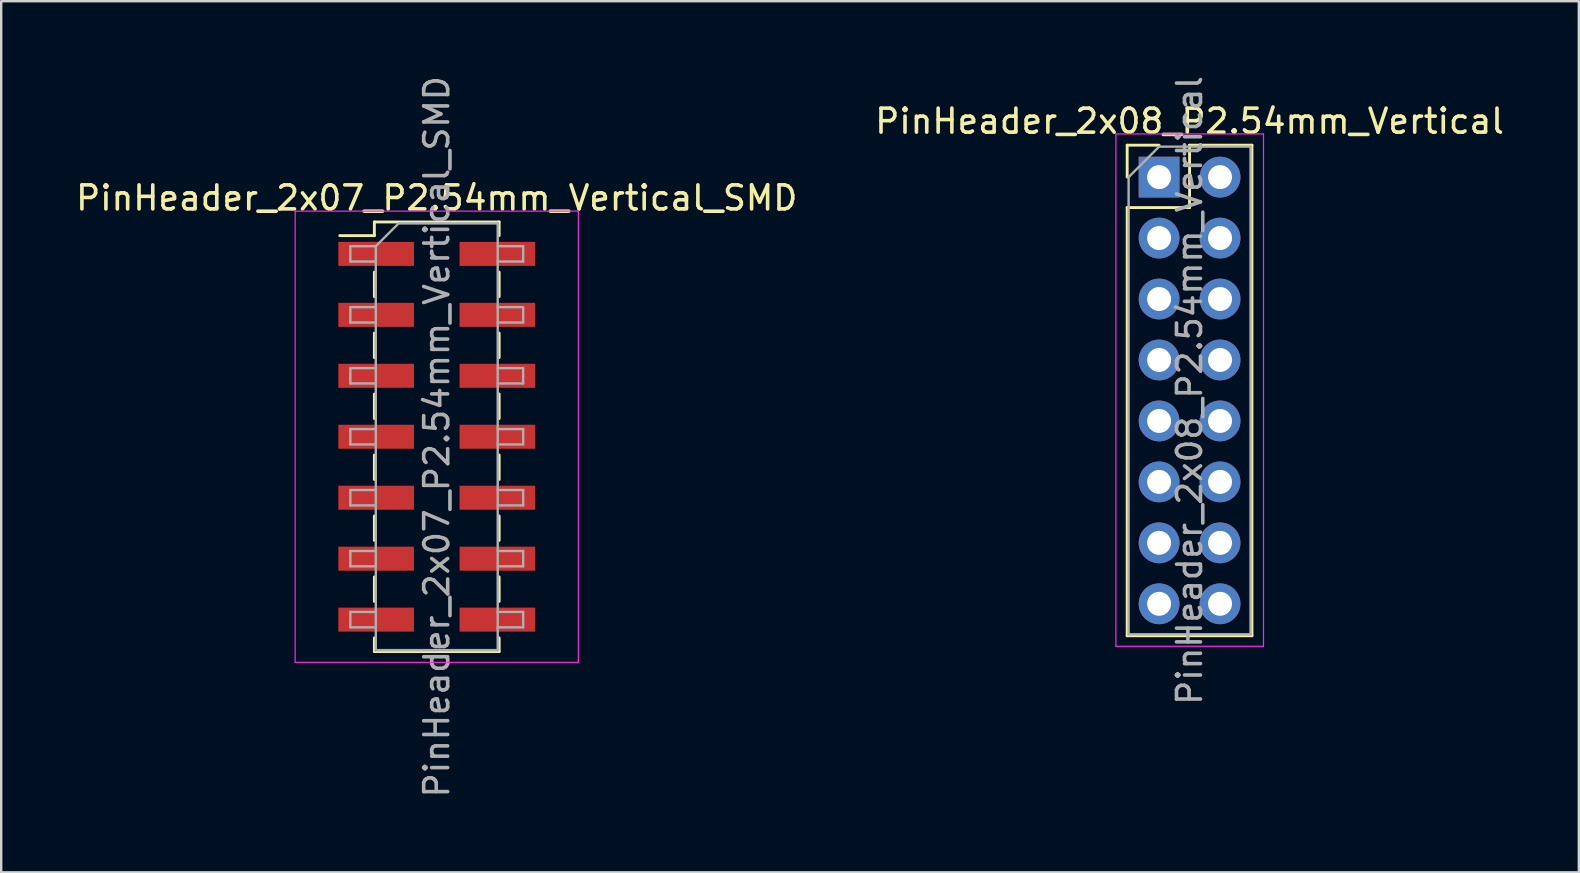
<source format=kicad_pcb>
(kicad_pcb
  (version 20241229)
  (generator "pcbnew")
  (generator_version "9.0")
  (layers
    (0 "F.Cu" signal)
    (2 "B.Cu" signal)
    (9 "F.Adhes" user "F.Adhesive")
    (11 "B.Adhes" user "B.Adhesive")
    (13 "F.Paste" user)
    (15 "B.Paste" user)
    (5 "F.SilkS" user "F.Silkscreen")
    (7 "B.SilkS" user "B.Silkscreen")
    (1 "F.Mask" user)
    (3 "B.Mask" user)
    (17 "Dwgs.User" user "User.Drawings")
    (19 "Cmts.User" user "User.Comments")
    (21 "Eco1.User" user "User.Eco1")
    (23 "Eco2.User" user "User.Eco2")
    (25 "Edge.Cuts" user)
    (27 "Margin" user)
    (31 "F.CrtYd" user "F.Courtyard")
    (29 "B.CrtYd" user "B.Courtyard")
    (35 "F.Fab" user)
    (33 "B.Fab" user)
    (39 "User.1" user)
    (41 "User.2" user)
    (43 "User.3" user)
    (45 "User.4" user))
  (footprint "PinHeader_2x07_P2.54mm_Vertical_SMD"
    (layer "F.Cu")
    (at 15.149 15.149)
    (property "Reference" "PinHeader_2x07_P2.54mm_Vertical_SMD" (at 0 -9.95 0) (layer "F.SilkS") (effects (font (size 1 1) (thickness 0.15))))
    (attr smd)
    (fp_line (start -4.04 -8.38) (end -2.6 -8.38) (stroke (width 0.12) (type solid)) (layer "F.SilkS"))
    (fp_line (start -2.6 -8.95) (end -2.6 -8.38) (stroke (width 0.12) (type solid)) (layer "F.SilkS"))
    (fp_line (start -2.6 -8.95) (end 2.6 -8.95) (stroke (width 0.12) (type solid)) (layer "F.SilkS"))
    (fp_line (start -2.6 -6.86) (end -2.6 -5.84) (stroke (width 0.12) (type solid)) (layer "F.SilkS"))
    (fp_line (start -2.6 -4.32) (end -2.6 -3.3) (stroke (width 0.12) (type solid)) (layer "F.SilkS"))
    (fp_line (start -2.6 -1.78) (end -2.6 -0.76) (stroke (width 0.12) (type solid)) (layer "F.SilkS"))
    (fp_line (start -2.6 0.76) (end -2.6 1.78) (stroke (width 0.12) (type solid)) (layer "F.SilkS"))
    (fp_line (start -2.6 3.3) (end -2.6 4.32) (stroke (width 0.12) (type solid)) (layer "F.SilkS"))
    (fp_line (start -2.6 5.84) (end -2.6 6.86) (stroke (width 0.12) (type solid)) (layer "F.SilkS"))
    (fp_line (start -2.6 8.38) (end -2.6 8.95) (stroke (width 0.12) (type solid)) (layer "F.SilkS"))
    (fp_line (start -2.6 8.95) (end 2.6 8.95) (stroke (width 0.12) (type solid)) (layer "F.SilkS"))
    (fp_line (start 2.6 -8.95) (end 2.6 -8.38) (stroke (width 0.12) (type solid)) (layer "F.SilkS"))
    (fp_line (start 2.6 -6.86) (end 2.6 -5.84) (stroke (width 0.12) (type solid)) (layer "F.SilkS"))
    (fp_line (start 2.6 -4.32) (end 2.6 -3.3) (stroke (width 0.12) (type solid)) (layer "F.SilkS"))
    (fp_line (start 2.6 -1.78) (end 2.6 -0.76) (stroke (width 0.12) (type solid)) (layer "F.SilkS"))
    (fp_line (start 2.6 0.76) (end 2.6 1.78) (stroke (width 0.12) (type solid)) (layer "F.SilkS"))
    (fp_line (start 2.6 3.3) (end 2.6 4.32) (stroke (width 0.12) (type solid)) (layer "F.SilkS"))
    (fp_line (start 2.6 5.84) (end 2.6 6.86) (stroke (width 0.12) (type solid)) (layer "F.SilkS"))
    (fp_line (start 2.6 8.38) (end 2.6 8.95) (stroke (width 0.12) (type solid)) (layer "F.SilkS"))
    (fp_line (start -5.9 -9.4) (end -5.9 9.4) (stroke (width 0.05) (type solid)) (layer "F.CrtYd"))
    (fp_line (start -5.9 9.4) (end 5.9 9.4) (stroke (width 0.05) (type solid)) (layer "F.CrtYd"))
    (fp_line (start 5.9 -9.4) (end -5.9 -9.4) (stroke (width 0.05) (type solid)) (layer "F.CrtYd"))
    (fp_line (start 5.9 9.4) (end 5.9 -9.4) (stroke (width 0.05) (type solid)) (layer "F.CrtYd"))
    (fp_line (start -3.6 -7.94) (end -3.6 -7.3) (stroke (width 0.1) (type solid)) (layer "F.Fab"))
    (fp_line (start -3.6 -7.3) (end -2.54 -7.3) (stroke (width 0.1) (type solid)) (layer "F.Fab"))
    (fp_line (start -3.6 -5.4) (end -3.6 -4.76) (stroke (width 0.1) (type solid)) (layer "F.Fab"))
    (fp_line (start -3.6 -4.76) (end -2.54 -4.76) (stroke (width 0.1) (type solid)) (layer "F.Fab"))
    (fp_line (start -3.6 -2.86) (end -3.6 -2.22) (stroke (width 0.1) (type solid)) (layer "F.Fab"))
    (fp_line (start -3.6 -2.22) (end -2.54 -2.22) (stroke (width 0.1) (type solid)) (layer "F.Fab"))
    (fp_line (start -3.6 -0.32) (end -3.6 0.32) (stroke (width 0.1) (type solid)) (layer "F.Fab"))
    (fp_line (start -3.6 0.32) (end -2.54 0.32) (stroke (width 0.1) (type solid)) (layer "F.Fab"))
    (fp_line (start -3.6 2.22) (end -3.6 2.86) (stroke (width 0.1) (type solid)) (layer "F.Fab"))
    (fp_line (start -3.6 2.86) (end -2.54 2.86) (stroke (width 0.1) (type solid)) (layer "F.Fab"))
    (fp_line (start -3.6 4.76) (end -3.6 5.4) (stroke (width 0.1) (type solid)) (layer "F.Fab"))
    (fp_line (start -3.6 5.4) (end -2.54 5.4) (stroke (width 0.1) (type solid)) (layer "F.Fab"))
    (fp_line (start -3.6 7.3) (end -3.6 7.94) (stroke (width 0.1) (type solid)) (layer "F.Fab"))
    (fp_line (start -3.6 7.94) (end -2.54 7.94) (stroke (width 0.1) (type solid)) (layer "F.Fab"))
    (fp_line (start -2.54 -7.94) (end -3.6 -7.94) (stroke (width 0.1) (type solid)) (layer "F.Fab"))
    (fp_line (start -2.54 -7.94) (end -1.59 -8.89) (stroke (width 0.1) (type solid)) (layer "F.Fab"))
    (fp_line (start -2.54 -5.4) (end -3.6 -5.4) (stroke (width 0.1) (type solid)) (layer "F.Fab"))
    (fp_line (start -2.54 -2.86) (end -3.6 -2.86) (stroke (width 0.1) (type solid)) (layer "F.Fab"))
    (fp_line (start -2.54 -0.32) (end -3.6 -0.32) (stroke (width 0.1) (type solid)) (layer "F.Fab"))
    (fp_line (start -2.54 2.22) (end -3.6 2.22) (stroke (width 0.1) (type solid)) (layer "F.Fab"))
    (fp_line (start -2.54 4.76) (end -3.6 4.76) (stroke (width 0.1) (type solid)) (layer "F.Fab"))
    (fp_line (start -2.54 7.3) (end -3.6 7.3) (stroke (width 0.1) (type solid)) (layer "F.Fab"))
    (fp_line (start -2.54 8.89) (end -2.54 -7.94) (stroke (width 0.1) (type solid)) (layer "F.Fab"))
    (fp_line (start -1.59 -8.89) (end 2.54 -8.89) (stroke (width 0.1) (type solid)) (layer "F.Fab"))
    (fp_line (start 2.54 -8.89) (end 2.54 8.89) (stroke (width 0.1) (type solid)) (layer "F.Fab"))
    (fp_line (start 2.54 -7.94) (end 3.6 -7.94) (stroke (width 0.1) (type solid)) (layer "F.Fab"))
    (fp_line (start 2.54 -5.4) (end 3.6 -5.4) (stroke (width 0.1) (type solid)) (layer "F.Fab"))
    (fp_line (start 2.54 -2.86) (end 3.6 -2.86) (stroke (width 0.1) (type solid)) (layer "F.Fab"))
    (fp_line (start 2.54 -0.32) (end 3.6 -0.32) (stroke (width 0.1) (type solid)) (layer "F.Fab"))
    (fp_line (start 2.54 2.22) (end 3.6 2.22) (stroke (width 0.1) (type solid)) (layer "F.Fab"))
    (fp_line (start 2.54 4.76) (end 3.6 4.76) (stroke (width 0.1) (type solid)) (layer "F.Fab"))
    (fp_line (start 2.54 7.3) (end 3.6 7.3) (stroke (width 0.1) (type solid)) (layer "F.Fab"))
    (fp_line (start 2.54 8.89) (end -2.54 8.89) (stroke (width 0.1) (type solid)) (layer "F.Fab"))
    (fp_line (start 3.6 -7.94) (end 3.6 -7.3) (stroke (width 0.1) (type solid)) (layer "F.Fab"))
    (fp_line (start 3.6 -7.3) (end 2.54 -7.3) (stroke (width 0.1) (type solid)) (layer "F.Fab"))
    (fp_line (start 3.6 -5.4) (end 3.6 -4.76) (stroke (width 0.1) (type solid)) (layer "F.Fab"))
    (fp_line (start 3.6 -4.76) (end 2.54 -4.76) (stroke (width 0.1) (type solid)) (layer "F.Fab"))
    (fp_line (start 3.6 -2.86) (end 3.6 -2.22) (stroke (width 0.1) (type solid)) (layer "F.Fab"))
    (fp_line (start 3.6 -2.22) (end 2.54 -2.22) (stroke (width 0.1) (type solid)) (layer "F.Fab"))
    (fp_line (start 3.6 -0.32) (end 3.6 0.32) (stroke (width 0.1) (type solid)) (layer "F.Fab"))
    (fp_line (start 3.6 0.32) (end 2.54 0.32) (stroke (width 0.1) (type solid)) (layer "F.Fab"))
    (fp_line (start 3.6 2.22) (end 3.6 2.86) (stroke (width 0.1) (type solid)) (layer "F.Fab"))
    (fp_line (start 3.6 2.86) (end 2.54 2.86) (stroke (width 0.1) (type solid)) (layer "F.Fab"))
    (fp_line (start 3.6 4.76) (end 3.6 5.4) (stroke (width 0.1) (type solid)) (layer "F.Fab"))
    (fp_line (start 3.6 5.4) (end 2.54 5.4) (stroke (width 0.1) (type solid)) (layer "F.Fab"))
    (fp_line (start 3.6 7.3) (end 3.6 7.94) (stroke (width 0.1) (type solid)) (layer "F.Fab"))
    (fp_line (start 3.6 7.94) (end 2.54 7.94) (stroke (width 0.1) (type solid)) (layer "F.Fab"))
    (fp_text user "${REFERENCE}" (at 0 0 90) (layer "F.Fab") (effects (font (size 1 1) (thickness 0.15))))
    (pad "1" smd rect (at -2.525 -7.62) (size 3.15 1) (layers "F.Cu" "F.Mask" "F.Paste"))
    (pad "2" smd rect (at 2.525 -7.62) (size 3.15 1) (layers "F.Cu" "F.Mask" "F.Paste"))
    (pad "3" smd rect (at -2.525 -5.08) (size 3.15 1) (layers "F.Cu" "F.Mask" "F.Paste"))
    (pad "4" smd rect (at 2.525 -5.08) (size 3.15 1) (layers "F.Cu" "F.Mask" "F.Paste"))
    (pad "5" smd rect (at -2.525 -2.54) (size 3.15 1) (layers "F.Cu" "F.Mask" "F.Paste"))
    (pad "6" smd rect (at 2.525 -2.54) (size 3.15 1) (layers "F.Cu" "F.Mask" "F.Paste"))
    (pad "7" smd rect (at -2.525 0) (size 3.15 1) (layers "F.Cu" "F.Mask" "F.Paste"))
    (pad "8" smd rect (at 2.525 0) (size 3.15 1) (layers "F.Cu" "F.Mask" "F.Paste"))
    (pad "9" smd rect (at -2.525 2.54) (size 3.15 1) (layers "F.Cu" "F.Mask" "F.Paste"))
    (pad "10" smd rect (at 2.525 2.54) (size 3.15 1) (layers "F.Cu" "F.Mask" "F.Paste"))
    (pad "11" smd rect (at -2.525 5.08) (size 3.15 1) (layers "F.Cu" "F.Mask" "F.Paste"))
    (pad "12" smd rect (at 2.525 5.08) (size 3.15 1) (layers "F.Cu" "F.Mask" "F.Paste"))
    (pad "13" smd rect (at -2.525 7.62) (size 3.15 1) (layers "F.Cu" "F.Mask" "F.Paste"))
    (pad "14" smd rect (at 2.525 7.62) (size 3.15 1) (layers "F.Cu" "F.Mask" "F.Paste")))
  (footprint "PinHeader_2x08_P2.54mm_Vertical"
    (layer "F.Cu")
    (at 45.248 4.33)
    (property "Reference" "PinHeader_2x08_P2.54mm_Vertical" (at 1.27 -2.33 0) (layer "F.SilkS") (effects (font (size 1 1) (thickness 0.15))))
    (attr through_hole)
    (fp_line (start -1.33 -1.33) (end 0 -1.33) (stroke (width 0.12) (type solid)) (layer "F.SilkS"))
    (fp_line (start -1.33 0) (end -1.33 -1.33) (stroke (width 0.12) (type solid)) (layer "F.SilkS"))
    (fp_line (start -1.33 1.27) (end -1.33 19.11) (stroke (width 0.12) (type solid)) (layer "F.SilkS"))
    (fp_line (start -1.33 1.27) (end 1.27 1.27) (stroke (width 0.12) (type solid)) (layer "F.SilkS"))
    (fp_line (start -1.33 19.11) (end 3.87 19.11) (stroke (width 0.12) (type solid)) (layer "F.SilkS"))
    (fp_line (start 1.27 -1.33) (end 3.87 -1.33) (stroke (width 0.12) (type solid)) (layer "F.SilkS"))
    (fp_line (start 1.27 1.27) (end 1.27 -1.33) (stroke (width 0.12) (type solid)) (layer "F.SilkS"))
    (fp_line (start 3.87 -1.33) (end 3.87 19.11) (stroke (width 0.12) (type solid)) (layer "F.SilkS"))
    (fp_line (start -1.8 -1.8) (end -1.8 19.55) (stroke (width 0.05) (type solid)) (layer "F.CrtYd"))
    (fp_line (start -1.8 19.55) (end 4.35 19.55) (stroke (width 0.05) (type solid)) (layer "F.CrtYd"))
    (fp_line (start 4.35 -1.8) (end -1.8 -1.8) (stroke (width 0.05) (type solid)) (layer "F.CrtYd"))
    (fp_line (start 4.35 19.55) (end 4.35 -1.8) (stroke (width 0.05) (type solid)) (layer "F.CrtYd"))
    (fp_line (start -1.27 0) (end 0 -1.27) (stroke (width 0.1) (type solid)) (layer "F.Fab"))
    (fp_line (start -1.27 19.05) (end -1.27 0) (stroke (width 0.1) (type solid)) (layer "F.Fab"))
    (fp_line (start 0 -1.27) (end 3.81 -1.27) (stroke (width 0.1) (type solid)) (layer "F.Fab"))
    (fp_line (start 3.81 -1.27) (end 3.81 19.05) (stroke (width 0.1) (type solid)) (layer "F.Fab"))
    (fp_line (start 3.81 19.05) (end -1.27 19.05) (stroke (width 0.1) (type solid)) (layer "F.Fab"))
    (fp_text user "${REFERENCE}" (at 1.27 8.89 90) (layer "F.Fab") (effects (font (size 1 1) (thickness 0.15))))
    (pad "1" thru_hole rect (at 0 0) (size 1.7 1.7) (drill 1) (layers "*.Cu" "*.Mask"))
    (pad "2" thru_hole oval (at 2.54 0) (size 1.7 1.7) (drill 1) (layers "*.Cu" "*.Mask"))
    (pad "3" thru_hole oval (at 0 2.54) (size 1.7 1.7) (drill 1) (layers "*.Cu" "*.Mask"))
    (pad "4" thru_hole oval (at 2.54 2.54) (size 1.7 1.7) (drill 1) (layers "*.Cu" "*.Mask"))
    (pad "5" thru_hole oval (at 0 5.08) (size 1.7 1.7) (drill 1) (layers "*.Cu" "*.Mask"))
    (pad "6" thru_hole oval (at 2.54 5.08) (size 1.7 1.7) (drill 1) (layers "*.Cu" "*.Mask"))
    (pad "7" thru_hole oval (at 0 7.62) (size 1.7 1.7) (drill 1) (layers "*.Cu" "*.Mask"))
    (pad "8" thru_hole oval (at 2.54 7.62) (size 1.7 1.7) (drill 1) (layers "*.Cu" "*.Mask"))
    (pad "9" thru_hole oval (at 0 10.16) (size 1.7 1.7) (drill 1) (layers "*.Cu" "*.Mask"))
    (pad "10" thru_hole oval (at 2.54 10.16) (size 1.7 1.7) (drill 1) (layers "*.Cu" "*.Mask"))
    (pad "11" thru_hole oval (at 0 12.7) (size 1.7 1.7) (drill 1) (layers "*.Cu" "*.Mask"))
    (pad "12" thru_hole oval (at 2.54 12.7) (size 1.7 1.7) (drill 1) (layers "*.Cu" "*.Mask"))
    (pad "13" thru_hole oval (at 0 15.24) (size 1.7 1.7) (drill 1) (layers "*.Cu" "*.Mask"))
    (pad "14" thru_hole oval (at 2.54 15.24) (size 1.7 1.7) (drill 1) (layers "*.Cu" "*.Mask"))
    (pad "15" thru_hole oval (at 0 17.78) (size 1.7 1.7) (drill 1) (layers "*.Cu" "*.Mask"))
    (pad "16" thru_hole oval (at 2.54 17.78) (size 1.7 1.7) (drill 1) (layers "*.Cu" "*.Mask")))
  (gr_rect
    (start -3 -3)
    (end 62.738 33.298)
    (stroke (width 0.1) (type default))
    (fill no)
    (layer "Edge.Cuts")))
</source>
